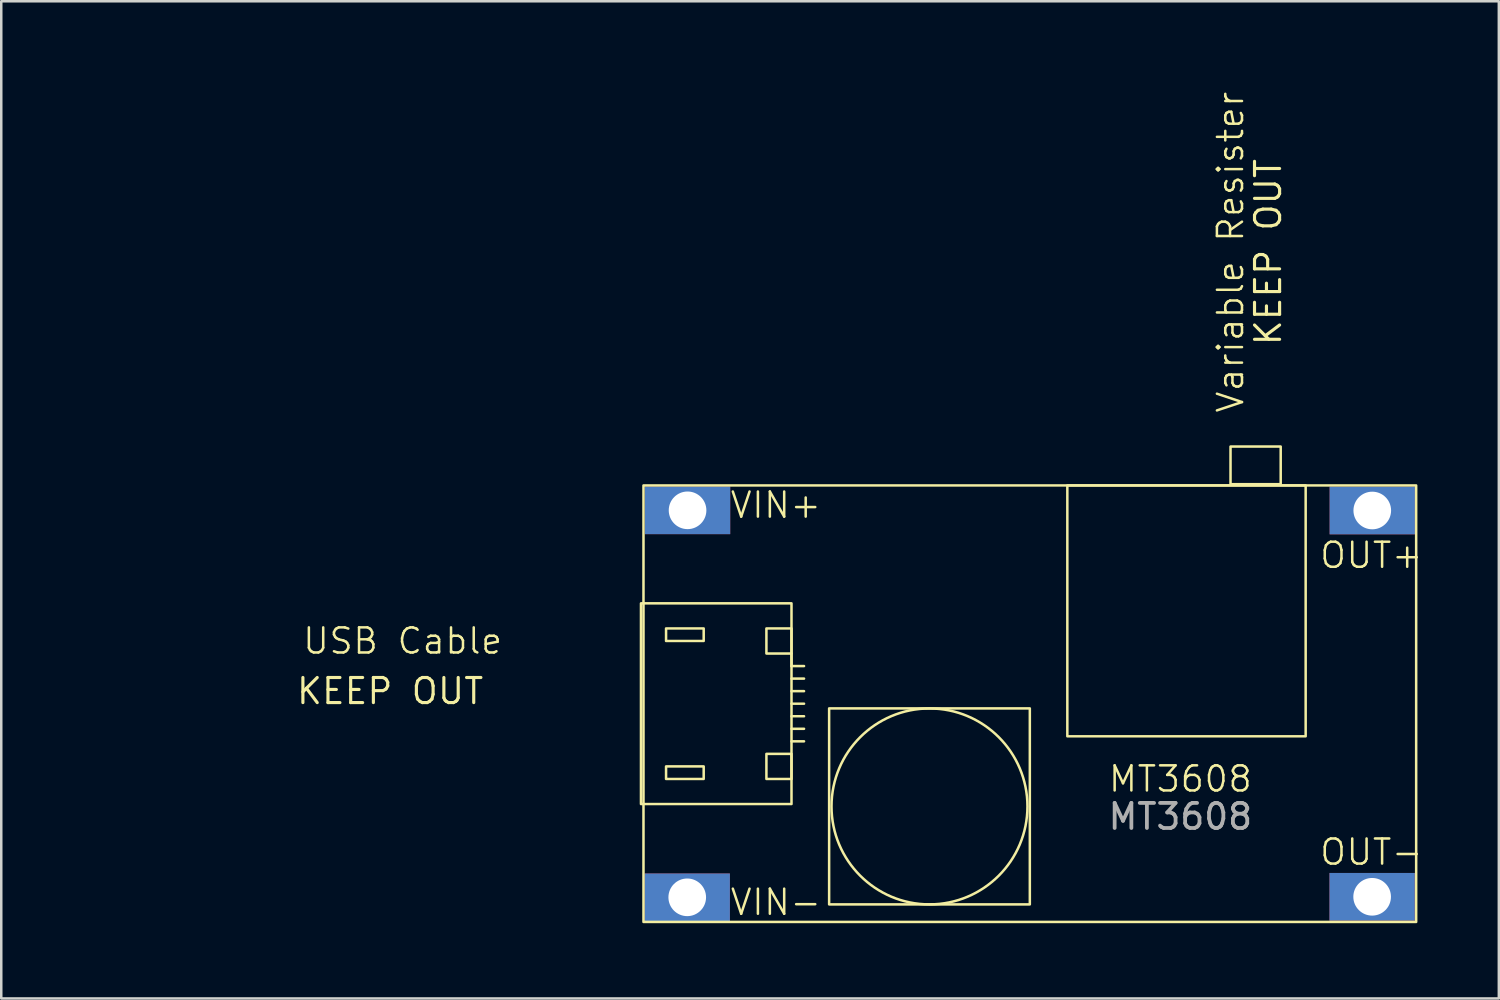
<source format=kicad_pcb>
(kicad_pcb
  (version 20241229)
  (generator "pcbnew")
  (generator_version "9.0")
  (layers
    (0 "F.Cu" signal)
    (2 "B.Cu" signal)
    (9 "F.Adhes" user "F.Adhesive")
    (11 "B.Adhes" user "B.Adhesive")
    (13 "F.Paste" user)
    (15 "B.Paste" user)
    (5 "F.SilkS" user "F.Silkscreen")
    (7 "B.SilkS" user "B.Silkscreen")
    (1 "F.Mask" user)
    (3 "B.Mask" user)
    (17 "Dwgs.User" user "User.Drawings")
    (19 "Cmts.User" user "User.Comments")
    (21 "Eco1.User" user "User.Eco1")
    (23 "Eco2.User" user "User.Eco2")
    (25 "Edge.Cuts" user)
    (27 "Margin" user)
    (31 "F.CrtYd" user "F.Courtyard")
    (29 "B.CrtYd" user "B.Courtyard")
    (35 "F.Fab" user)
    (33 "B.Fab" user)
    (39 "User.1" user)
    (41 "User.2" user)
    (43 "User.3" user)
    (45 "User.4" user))
  (footprint "MT3608"
    (layer "F.Cu")
    (at 38 25)
    (property "Reference" "MT3608" (at 6 3 0) (unlocked yes) (layer "F.SilkS") (effects (font (size 1 1) (thickness 0.1))))
    (attr smd)
    (fp_line (start -9.5 -1.5) (end -9.5 -2) (stroke (width 0.1) (type default)) (layer "F.SilkS"))
    (fp_line (start -9.5 -1.5) (end -9 -1.5) (stroke (width 0.1) (type default)) (layer "F.SilkS"))
    (fp_line (start -9.5 -1) (end -9 -1) (stroke (width 0.1) (type default)) (layer "F.SilkS"))
    (fp_line (start -9.5 -0.5) (end -9 -0.5) (stroke (width 0.1) (type default)) (layer "F.SilkS"))
    (fp_line (start -9.5 0) (end -9 0) (stroke (width 0.1) (type default)) (layer "F.SilkS"))
    (fp_line (start -9.5 0.5) (end -9 0.5) (stroke (width 0.1) (type default)) (layer "F.SilkS"))
    (fp_line (start -9.5 1) (end -9 1) (stroke (width 0.1) (type default)) (layer "F.SilkS"))
    (fp_line (start -9.5 1.5) (end -9 1.5) (stroke (width 0.1) (type default)) (layer "F.SilkS"))
    (fp_rect (start -15.5 -4) (end -9.5 4) (stroke (width 0.1) (type solid)) (fill no) (layer "F.SilkS"))
    (fp_rect (start -15.4 -8.7) (end 15.4 8.7) (stroke (width 0.1) (type solid)) (fill no) (layer "F.SilkS"))
    (fp_rect (start -14.5 -3) (end -13 -2.5) (stroke (width 0.1) (type default)) (fill no) (layer "F.SilkS"))
    (fp_rect (start -14.5 2.5) (end -13 3) (stroke (width 0.1) (type default)) (fill no) (layer "F.SilkS"))
    (fp_rect (start -10.5 -3) (end -9.5 -2) (stroke (width 0.1) (type default)) (fill no) (layer "F.SilkS"))
    (fp_rect (start -10.5 2) (end -9.5 3) (stroke (width 0.1) (type default)) (fill no) (layer "F.SilkS"))
    (fp_rect (start -8 0.187) (end 0 8) (stroke (width 0.1) (type default)) (fill no) (layer "F.SilkS"))
    (fp_rect (start 1.495 -8.7) (end 10.995 1.3) (stroke (width 0.1) (type default)) (fill no) (layer "F.SilkS"))
    (fp_rect (start 8 -10.25) (end 10 -8.75) (stroke (width 0.1) (type default)) (fill no) (layer "F.SilkS"))
    (fp_circle (center -4 4.095) (end -1 6.595) (stroke (width 0.1) (type default)) (fill no) (layer "F.SilkS"))
    (fp_text user "OUT-" (at 11.5 6.5 0) (unlocked yes) (layer "F.SilkS") (effects (font (size 1 1) (thickness 0.1)) (justify left bottom)))
    (fp_text user "USB Cable" (at -25 -2.5 0) (unlocked yes) (layer "F.SilkS") (effects (font (size 1 1) (thickness 0.1))))
    (fp_text user "VIN-" (at -12 8.5 0) (unlocked yes) (layer "F.SilkS") (effects (font (size 1 1) (thickness 0.1)) (justify left bottom)))
    (fp_text user "OUT+" (at 11.5 -6.5 0) (unlocked yes) (layer "F.SilkS") (effects (font (size 1 1) (thickness 0.1)) (justify left top)))
    (fp_text user "VIN+" (at -12 -8.5 0) (unlocked yes) (layer "F.SilkS") (effects (font (size 1 1) (thickness 0.1)) (justify left top)))
    (fp_text user "Variable Resister" (at 8 -18 90) (unlocked yes) (layer "F.SilkS") (effects (font (size 1 1) (thickness 0.1))))
    (fp_text user "KEEP OUT" (at -25.5 -0.5 0) (unlocked yes) (layer "F.SilkS") (effects (font (size 1 1) (thickness 0.125))))
    (fp_text user "KEEP OUT" (at 9.5 -18 90) (unlocked yes) (layer "F.SilkS") (effects (font (size 1 1) (thickness 0.125))))
    (fp_text user "${REFERENCE}" (at 6 4.5 0) (unlocked yes) (layer "F.Fab") (effects (font (size 1 1) (thickness 0.15))))
    (pad "1" thru_hole rect (at -13.643 -7.708) (size 3.4 1.9) (drill 1.5) (layers "*.Cu" "*.Mask"))
    (pad "2" thru_hole rect (at -13.656 7.718) (size 3.4 1.9) (drill 1.5) (layers "*.Cu" "*.Mask"))
    (pad "3" thru_hole rect (at 13.65 -7.701) (size 3.4 1.9) (drill 1.5) (layers "*.Cu" "*.Mask"))
    (pad "4" thru_hole rect (at 13.645 7.697) (size 3.4 1.9) (drill 1.5) (layers "*.Cu" "*.Mask"))
    (zone (net_name "") (layer "F.CrtYd") (hatch edge 0.5) (connect_pads) (min_thickness 0.25) (filled_areas_thickness no) (keepout (tracks not_allowed) (vias not_allowed) (pads not_allowed) (copperpour allowed) (footprints allowed)) (placement (enabled no)) (fill) (polygon (pts (xy 0 18) (xy 0 31.5) (xy 22.5 31.5) (xy 22.5 18))))
    (zone (net_name "") (layer "F.CrtYd") (hatch edge 0.5) (connect_pads) (min_thickness 0.25) (filled_areas_thickness no) (keepout (tracks not_allowed) (vias not_allowed) (pads not_allowed) (copperpour allowed) (footprints allowed)) (placement (enabled no)) (fill) (polygon (pts (xy 49 16.5) (xy 49 0) (xy 45 0) (xy 45 16.5)))))
  (gr_rect
    (start -3 -3)
    (end 56.695 36.75)
    (stroke (width 0.1) (type default))
    (fill no)
    (layer "Edge.Cuts")))
</source>
